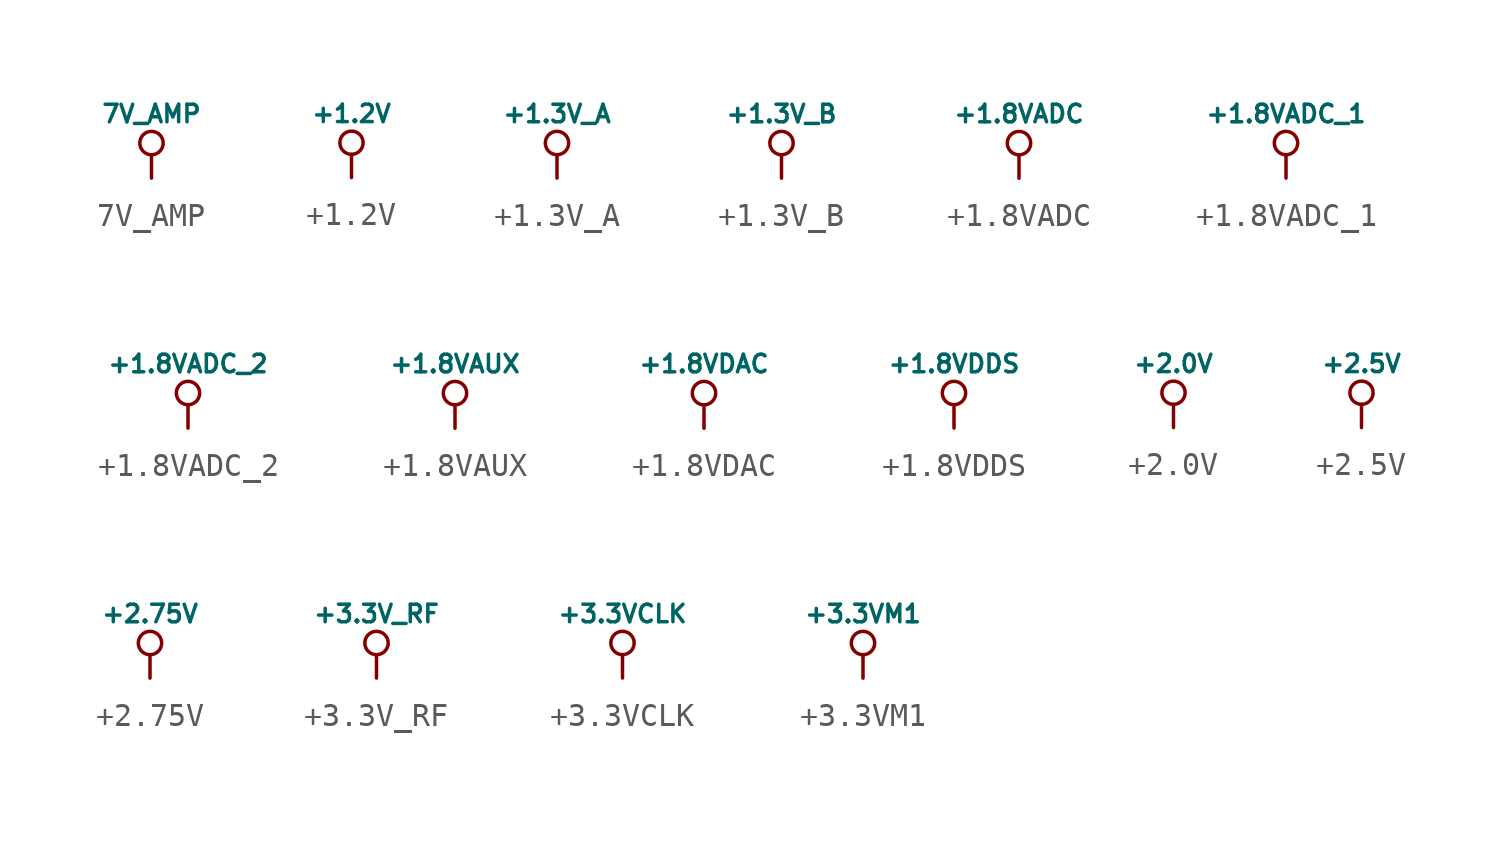
<source format=kicad_sym>
(kicad_symbol_lib
  (version 20241209)
  (generator "kicad_symbol_editor")
  (generator_version "9.0")
  (symbol "7V_AMP"
    (power)
    (pin_names
      (offset 0))
    (property "Reference" "#PWR"
      (at 0 -1.016 0)
      (effects (font (size 0.762 0.762)) (hide yes)))
    (property "Value" "7V_AMP"
      (at 0 2.794 0)
      (effects (font (size 0.762 0.762))))
    (property "Footprint" ""
      (at 0 0 0)
      (effects (font (size 1.524 1.524))))
    (property "Datasheet" ""
      (at 0 0 0)
      (effects (font (size 1.524 1.524))))
    (symbol "7V_AMP_0_0"
      (pin power_in line (at 0 0 90) (length 0) (hide yes) (name "7V_AMP" (effects (font (size 0.762 0.762)))) (number "1" (effects (font (size 0.762 0.762))))))
    (symbol "7V_AMP_0_1"
      (circle (center 0 1.524) (radius 0.508) (stroke (width 0) (type default)) (fill (type none)))
      (polyline (pts (xy 0 0) (xy 0 1.016) (xy 0 1.016)) (stroke (width 0) (type default)) (fill (type none)))))
  (symbol "+1.2V"
    (power)
    (pin_names
      (offset 0))
    (property "Reference" "#PWR"
      (at 0 -1.016 0)
      (effects (font (size 0.762 0.762)) (hide yes)))
    (property "Value" "+1.2V"
      (at 0 2.794 0)
      (effects (font (size 0.762 0.762))))
    (property "Footprint" ""
      (at 0 0 0)
      (effects (font (size 1.524 1.524))))
    (property "Datasheet" ""
      (at 0 0 0)
      (effects (font (size 1.524 1.524))))
    (symbol "+1.2V_0_0"
      (pin power_in line (at 0 0 90) (length 0) (hide yes) (name "+1.2V" (effects (font (size 0.762 0.762)))) (number "1" (effects (font (size 0.762 0.762))))))
    (symbol "+1.2V_0_1"
      (circle (center 0 1.524) (radius 0.508) (stroke (width 0) (type default)) (fill (type none)))
      (polyline (pts (xy 0 0) (xy 0 1.016) (xy 0 1.016)) (stroke (width 0) (type default)) (fill (type none)))))
  (symbol "+1.3V_A"
    (power)
    (pin_names
      (offset 0))
    (property "Reference" "#PWR"
      (at 0 -1.016 0)
      (effects (font (size 0.762 0.762)) (hide yes)))
    (property "Value" "+1.3V_A"
      (at 0 2.794 0)
      (effects (font (size 0.762 0.762))))
    (property "Footprint" ""
      (at 0 0 0)
      (effects (font (size 1.524 1.524))))
    (property "Datasheet" ""
      (at 0 0 0)
      (effects (font (size 1.524 1.524))))
    (symbol "+1.3V_A_0_0"
      (pin power_in line (at 0 0 90) (length 0) (hide yes) (name "+1.3V_A" (effects (font (size 0.762 0.762)))) (number "1" (effects (font (size 0.762 0.762))))))
    (symbol "+1.3V_A_0_1"
      (circle (center 0 1.524) (radius 0.508) (stroke (width 0) (type default)) (fill (type none)))
      (polyline (pts (xy 0 0) (xy 0 1.016) (xy 0 1.016)) (stroke (width 0) (type default)) (fill (type none)))))
  (symbol "+1.3V_B"
    (power)
    (pin_names
      (offset 0))
    (property "Reference" "#PWR"
      (at 0 -1.016 0)
      (effects (font (size 0.762 0.762)) (hide yes)))
    (property "Value" "+1.3V_B"
      (at 0 2.794 0)
      (effects (font (size 0.762 0.762))))
    (property "Footprint" ""
      (at 0 0 0)
      (effects (font (size 1.524 1.524))))
    (property "Datasheet" ""
      (at 0 0 0)
      (effects (font (size 1.524 1.524))))
    (symbol "+1.3V_B_0_0"
      (pin power_in line (at 0 0 90) (length 0) (hide yes) (name "+1.3V_B" (effects (font (size 0.762 0.762)))) (number "1" (effects (font (size 0.762 0.762))))))
    (symbol "+1.3V_B_0_1"
      (circle (center 0 1.524) (radius 0.508) (stroke (width 0) (type default)) (fill (type none)))
      (polyline (pts (xy 0 0) (xy 0 1.016) (xy 0 1.016)) (stroke (width 0) (type default)) (fill (type none)))))
  (symbol "+1.8VADC"
    (power)
    (pin_names
      (offset 0))
    (property "Reference" "#PWR"
      (at 0 -1.016 0)
      (effects (font (size 0.762 0.762)) (hide yes)))
    (property "Value" "+1.8VADC"
      (at 0 2.794 0)
      (effects (font (size 0.762 0.762))))
    (property "Footprint" ""
      (at 0 0 0)
      (effects (font (size 1.524 1.524))))
    (property "Datasheet" ""
      (at 0 0 0)
      (effects (font (size 1.524 1.524))))
    (symbol "+1.8VADC_0_0"
      (pin power_in line (at 0 0 90) (length 0) (hide yes) (name "+1.8VADC" (effects (font (size 0.762 0.762)))) (number "1" (effects (font (size 0.762 0.762))))))
    (symbol "+1.8VADC_0_1"
      (circle (center 0 1.524) (radius 0.508) (stroke (width 0) (type default)) (fill (type none)))
      (polyline (pts (xy 0 0) (xy 0 1.016) (xy 0 1.016)) (stroke (width 0) (type default)) (fill (type none)))))
  (symbol "+1.8VADC_1"
    (power)
    (pin_names
      (offset 0))
    (property "Reference" "#PWR"
      (at 0 -1.016 0)
      (effects (font (size 0.762 0.762)) (hide yes)))
    (property "Value" "+1.8VADC_1"
      (at 0 2.794 0)
      (effects (font (size 0.762 0.762))))
    (property "Footprint" ""
      (at 0 0 0)
      (effects (font (size 1.524 1.524))))
    (property "Datasheet" ""
      (at 0 0 0)
      (effects (font (size 1.524 1.524))))
    (symbol "+1.8VADC_1_0_0"
      (pin power_in line (at 0 0 90) (length 0) (hide yes) (name "+1.8VADC_1" (effects (font (size 0.762 0.762)))) (number "1" (effects (font (size 0.762 0.762))))))
    (symbol "+1.8VADC_1_0_1"
      (circle (center 0 1.524) (radius 0.508) (stroke (width 0) (type default)) (fill (type none)))
      (polyline (pts (xy 0 0) (xy 0 1.016) (xy 0 1.016)) (stroke (width 0) (type default)) (fill (type none)))))
  (symbol "+1.8VADC_2"
    (power)
    (pin_names
      (offset 0))
    (property "Reference" "#PWR"
      (at 0 -1.016 0)
      (effects (font (size 0.762 0.762)) (hide yes)))
    (property "Value" "+1.8VADC_2"
      (at 0 2.794 0)
      (effects (font (size 0.762 0.762))))
    (property "Footprint" ""
      (at 0 0 0)
      (effects (font (size 1.524 1.524))))
    (property "Datasheet" ""
      (at 0 0 0)
      (effects (font (size 1.524 1.524))))
    (symbol "+1.8VADC_2_0_0"
      (pin power_in line (at 0 0 90) (length 0) (hide yes) (name "+1.8VADC_2" (effects (font (size 0.762 0.762)))) (number "1" (effects (font (size 0.762 0.762))))))
    (symbol "+1.8VADC_2_0_1"
      (circle (center 0 1.524) (radius 0.508) (stroke (width 0) (type default)) (fill (type none)))
      (polyline (pts (xy 0 0) (xy 0 1.016) (xy 0 1.016)) (stroke (width 0) (type default)) (fill (type none)))))
  (symbol "+1.8VAUX"
    (power)
    (pin_names
      (offset 0))
    (property "Reference" "#PWR"
      (at 0 -1.016 0)
      (effects (font (size 0.762 0.762)) (hide yes)))
    (property "Value" "+1.8VAUX"
      (at 0 2.794 0)
      (effects (font (size 0.762 0.762))))
    (property "Footprint" ""
      (at 0 0 0)
      (effects (font (size 1.524 1.524))))
    (property "Datasheet" ""
      (at 0 0 0)
      (effects (font (size 1.524 1.524))))
    (symbol "+1.8VAUX_0_0"
      (pin power_in line (at 0 0 90) (length 0) (hide yes) (name "+1.8VAUX" (effects (font (size 0.762 0.762)))) (number "1" (effects (font (size 0.762 0.762))))))
    (symbol "+1.8VAUX_0_1"
      (circle (center 0 1.524) (radius 0.508) (stroke (width 0) (type default)) (fill (type none)))
      (polyline (pts (xy 0 0) (xy 0 1.016) (xy 0 1.016)) (stroke (width 0) (type default)) (fill (type none)))))
  (symbol "+1.8VDAC"
    (power)
    (pin_names
      (offset 0))
    (property "Reference" "#PWR"
      (at 0 -1.016 0)
      (effects (font (size 0.762 0.762)) (hide yes)))
    (property "Value" "+1.8VDAC"
      (at 0 2.794 0)
      (effects (font (size 0.762 0.762))))
    (property "Footprint" ""
      (at 0 0 0)
      (effects (font (size 1.524 1.524))))
    (property "Datasheet" ""
      (at 0 0 0)
      (effects (font (size 1.524 1.524))))
    (symbol "+1.8VDAC_0_0"
      (pin power_in line (at 0 0 90) (length 0) (hide yes) (name "+1.8VDAC" (effects (font (size 0.762 0.762)))) (number "1" (effects (font (size 0.762 0.762))))))
    (symbol "+1.8VDAC_0_1"
      (circle (center 0 1.524) (radius 0.508) (stroke (width 0) (type default)) (fill (type none)))
      (polyline (pts (xy 0 0) (xy 0 1.016) (xy 0 1.016)) (stroke (width 0) (type default)) (fill (type none)))))
  (symbol "+1.8VDDS"
    (power)
    (pin_names
      (offset 0))
    (property "Reference" "#PWR"
      (at 0 -1.016 0)
      (effects (font (size 0.762 0.762)) (hide yes)))
    (property "Value" "+1.8VDDS"
      (at 0 2.794 0)
      (effects (font (size 0.762 0.762))))
    (property "Footprint" ""
      (at 0 0 0)
      (effects (font (size 1.524 1.524))))
    (property "Datasheet" ""
      (at 0 0 0)
      (effects (font (size 1.524 1.524))))
    (symbol "+1.8VDDS_0_0"
      (pin power_in line (at 0 0 90) (length 0) (hide yes) (name "+1.8VDDS" (effects (font (size 0.762 0.762)))) (number "1" (effects (font (size 0.762 0.762))))))
    (symbol "+1.8VDDS_0_1"
      (circle (center 0 1.524) (radius 0.508) (stroke (width 0) (type default)) (fill (type none)))
      (polyline (pts (xy 0 0) (xy 0 1.016) (xy 0 1.016)) (stroke (width 0) (type default)) (fill (type none)))))
  (symbol "+2.0V"
    (power)
    (pin_names
      (offset 0))
    (property "Reference" "#PWR"
      (at 0 -1.016 0)
      (effects (font (size 0.762 0.762)) (hide yes)))
    (property "Value" "+2.0V"
      (at 0 2.794 0)
      (effects (font (size 0.762 0.762))))
    (property "Footprint" ""
      (at 0 0 0)
      (effects (font (size 1.524 1.524))))
    (property "Datasheet" ""
      (at 0 0 0)
      (effects (font (size 1.524 1.524))))
    (symbol "+2.0V_0_0"
      (pin power_in line (at 0 0 90) (length 0) (hide yes) (name "+2.0V" (effects (font (size 0.762 0.762)))) (number "1" (effects (font (size 0.762 0.762))))))
    (symbol "+2.0V_0_1"
      (circle (center 0 1.524) (radius 0.508) (stroke (width 0) (type default)) (fill (type none)))
      (polyline (pts (xy 0 0) (xy 0 1.016) (xy 0 1.016)) (stroke (width 0) (type default)) (fill (type none)))))
  (symbol "+2.5V"
    (power)
    (pin_names
      (offset 0))
    (property "Reference" "#PWR"
      (at 0 -1.016 0)
      (effects (font (size 0.762 0.762)) (hide yes)))
    (property "Value" "+2.5V"
      (at 0 2.794 0)
      (effects (font (size 0.762 0.762))))
    (property "Footprint" ""
      (at 0 0 0)
      (effects (font (size 1.524 1.524))))
    (property "Datasheet" ""
      (at 0 0 0)
      (effects (font (size 1.524 1.524))))
    (symbol "+2.5V_0_0"
      (pin power_in line (at 0 0 90) (length 0) (hide yes) (name "+2.5V" (effects (font (size 0.762 0.762)))) (number "1" (effects (font (size 0.762 0.762))))))
    (symbol "+2.5V_0_1"
      (circle (center 0 1.524) (radius 0.508) (stroke (width 0) (type default)) (fill (type none)))
      (polyline (pts (xy 0 0) (xy 0 1.016) (xy 0 1.016)) (stroke (width 0) (type default)) (fill (type none)))))
  (symbol "+2.75V"
    (power)
    (pin_names
      (offset 0))
    (property "Reference" "#PWR"
      (at 0 -1.016 0)
      (effects (font (size 0.762 0.762)) (hide yes)))
    (property "Value" "+2.75V"
      (at 0 2.794 0)
      (effects (font (size 0.762 0.762))))
    (property "Footprint" ""
      (at 0 0 0)
      (effects (font (size 1.524 1.524))))
    (property "Datasheet" ""
      (at 0 0 0)
      (effects (font (size 1.524 1.524))))
    (symbol "+2.75V_0_0"
      (pin power_in line (at 0 0 90) (length 0) (hide yes) (name "+2.75V" (effects (font (size 0.762 0.762)))) (number "1" (effects (font (size 0.762 0.762))))))
    (symbol "+2.75V_0_1"
      (circle (center 0 1.524) (radius 0.508) (stroke (width 0) (type default)) (fill (type none)))
      (polyline (pts (xy 0 0) (xy 0 1.016) (xy 0 1.016)) (stroke (width 0) (type default)) (fill (type none)))))
  (symbol "+3.3V_RF"
    (power)
    (pin_names
      (offset 0))
    (property "Reference" "#PWR"
      (at 0 -1.016 0)
      (effects (font (size 0.762 0.762)) (hide yes)))
    (property "Value" "+3.3V_RF"
      (at 0 2.794 0)
      (effects (font (size 0.762 0.762))))
    (property "Footprint" ""
      (at 0 0 0)
      (effects (font (size 1.524 1.524))))
    (property "Datasheet" ""
      (at 0 0 0)
      (effects (font (size 1.524 1.524))))
    (symbol "+3.3V_RF_0_0"
      (pin power_in line (at 0 0 90) (length 0) (hide yes) (name "+3.3V_RF" (effects (font (size 0.762 0.762)))) (number "1" (effects (font (size 0.762 0.762))))))
    (symbol "+3.3V_RF_0_1"
      (circle (center 0 1.524) (radius 0.508) (stroke (width 0) (type default)) (fill (type none)))
      (polyline (pts (xy 0 0) (xy 0 1.016) (xy 0 1.016)) (stroke (width 0) (type default)) (fill (type none)))))
  (symbol "+3.3VCLK"
    (power)
    (pin_names
      (offset 0))
    (property "Reference" "#PWR"
      (at 0 -1.016 0)
      (effects (font (size 0.762 0.762)) (hide yes)))
    (property "Value" "+3.3VCLK"
      (at 0 2.794 0)
      (effects (font (size 0.762 0.762))))
    (property "Footprint" ""
      (at 0 0 0)
      (effects (font (size 1.524 1.524))))
    (property "Datasheet" ""
      (at 0 0 0)
      (effects (font (size 1.524 1.524))))
    (symbol "+3.3VCLK_0_0"
      (pin power_in line (at 0 0 90) (length 0) (hide yes) (name "+3.3VCLK" (effects (font (size 0.762 0.762)))) (number "1" (effects (font (size 0.762 0.762))))))
    (symbol "+3.3VCLK_0_1"
      (circle (center 0 1.524) (radius 0.508) (stroke (width 0) (type default)) (fill (type none)))
      (polyline (pts (xy 0 0) (xy 0 1.016) (xy 0 1.016)) (stroke (width 0) (type default)) (fill (type none)))))
  (symbol "+3.3VM1"
    (power)
    (pin_names
      (offset 0))
    (property "Reference" "#PWR"
      (at 0 -1.016 0)
      (effects (font (size 0.762 0.762)) (hide yes)))
    (property "Value" "+3.3VM1"
      (at 0 2.794 0)
      (effects (font (size 0.762 0.762))))
    (property "Footprint" ""
      (at 0 0 0)
      (effects (font (size 1.524 1.524))))
    (property "Datasheet" ""
      (at 0 0 0)
      (effects (font (size 1.524 1.524))))
    (symbol "+3.3VM1_0_0"
      (pin power_in line (at 0 0 90) (length 0) (hide yes) (name "+3.3VM1" (effects (font (size 0.762 0.762)))) (number "1" (effects (font (size 0.762 0.762))))))
    (symbol "+3.3VM1_0_1"
      (circle (center 0 1.524) (radius 0.508) (stroke (width 0) (type default)) (fill (type none)))
      (polyline (pts (xy 0 0) (xy 0 1.016) (xy 0 1.016)) (stroke (width 0) (type default)) (fill (type none))))))
</source>
